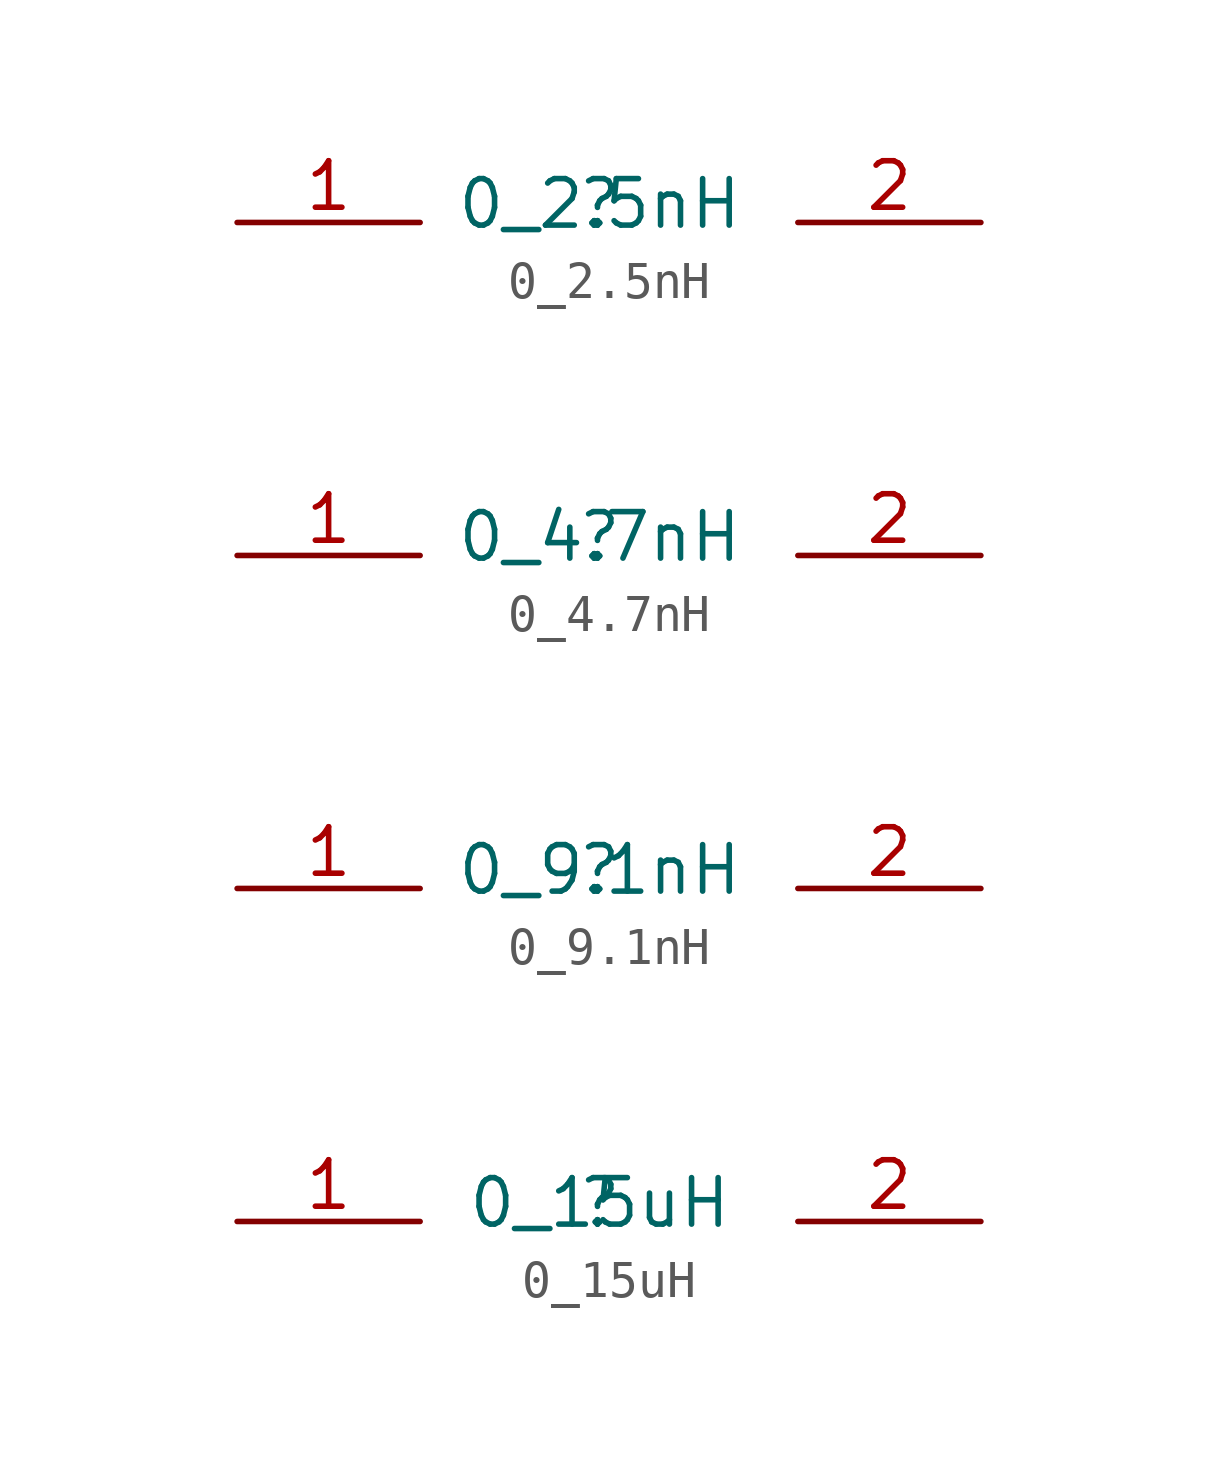
<source format=kicad_sym>
(kicad_symbol_lib
  (version 20211014)
  (generator kicad_symbol_editor)
  (symbol "0_2.5nH"
    (property "Reference" ""
      (at 0 0 0)
      (effects (font (size 1.27 1.27))))
    (property "Value" "0_2.5nH"
      (at 0 0 0)
      (effects (font (size 1.27 1.27))))
    (symbol "0_2.5nH_1_0"
      (pin passive line (at -9.906 -0.508 0) (length 5) (name "1" (effects (font (size 0 0)))) (number "1" (effects (font (size 1.27 1.27)))))
      (pin passive line (at 10.414 -0.508 180) (length 5) (name "2" (effects (font (size 0 0)))) (number "2" (effects (font (size 1.27 1.27)))))))
  (symbol "0_4.7nH"
    (property "Reference" ""
      (at 0 0 0)
      (effects (font (size 1.27 1.27))))
    (property "Value" "0_4.7nH"
      (at 0 0 0)
      (effects (font (size 1.27 1.27))))
    (symbol "0_4.7nH_1_0"
      (pin passive line (at -9.906 -0.508 0) (length 5) (name "1" (effects (font (size 0 0)))) (number "1" (effects (font (size 1.27 1.27)))))
      (pin passive line (at 10.414 -0.508 180) (length 5) (name "2" (effects (font (size 0 0)))) (number "2" (effects (font (size 1.27 1.27)))))))
  (symbol "0_9.1nH"
    (property "Reference" ""
      (at 0 0 0)
      (effects (font (size 1.27 1.27))))
    (property "Value" "0_9.1nH"
      (at 0 0 0)
      (effects (font (size 1.27 1.27))))
    (symbol "0_9.1nH_1_0"
      (pin passive line (at -9.906 -0.508 0) (length 5) (name "1" (effects (font (size 0 0)))) (number "1" (effects (font (size 1.27 1.27)))))
      (pin passive line (at 10.414 -0.508 180) (length 5) (name "2" (effects (font (size 0 0)))) (number "2" (effects (font (size 1.27 1.27)))))))
  (symbol "0_15uH"
    (property "Reference" ""
      (at 0 0 0)
      (effects (font (size 1.27 1.27))))
    (property "Value" "0_15uH"
      (at 0 0 0)
      (effects (font (size 1.27 1.27))))
    (symbol "0_15uH_1_0"
      (pin passive line (at -9.906 -0.508 0) (length 5) (name "1" (effects (font (size 0 0)))) (number "1" (effects (font (size 1.27 1.27)))))
      (pin passive line (at 10.414 -0.508 180) (length 5) (name "2" (effects (font (size 0 0)))) (number "2" (effects (font (size 1.27 1.27))))))))
</source>
